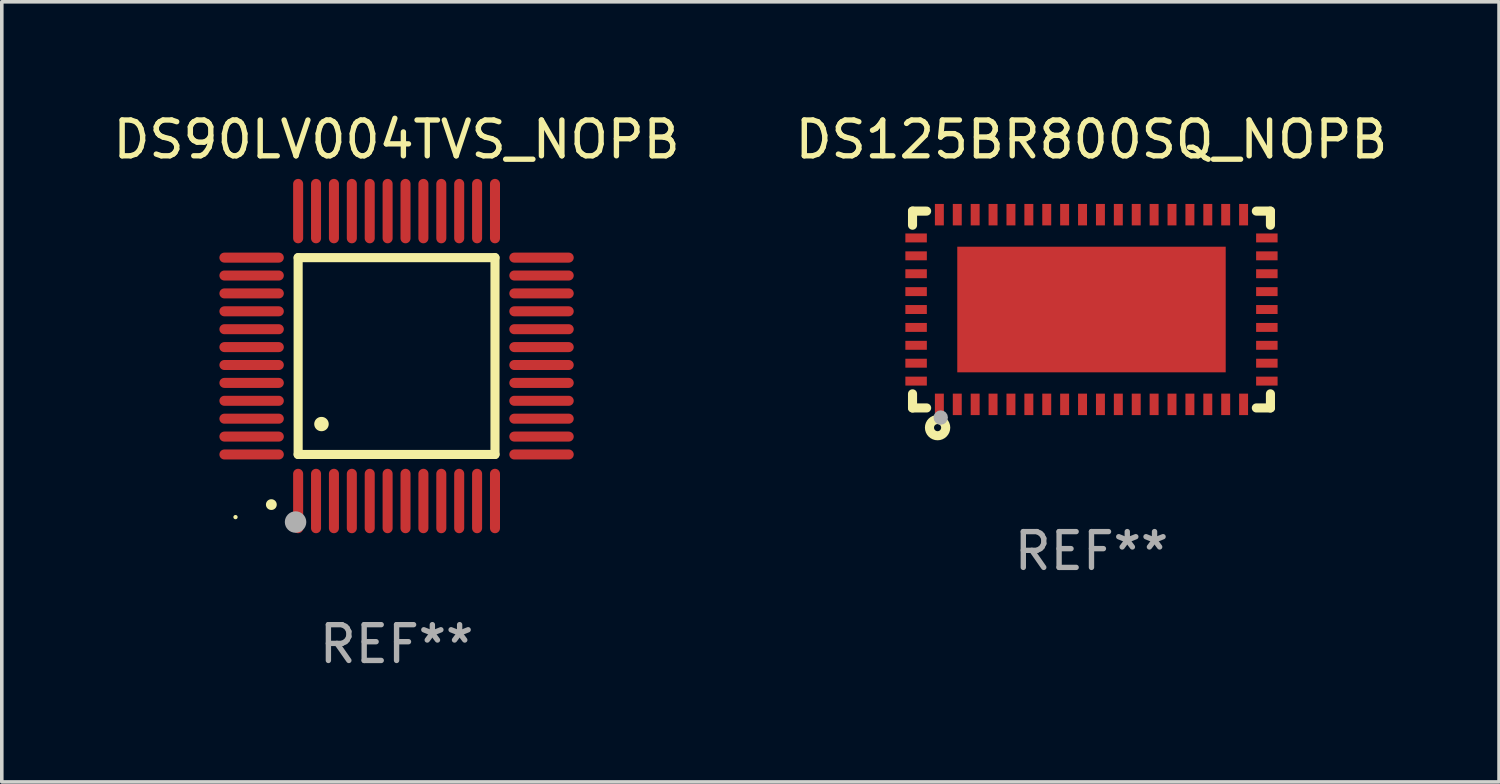
<source format=kicad_pcb>
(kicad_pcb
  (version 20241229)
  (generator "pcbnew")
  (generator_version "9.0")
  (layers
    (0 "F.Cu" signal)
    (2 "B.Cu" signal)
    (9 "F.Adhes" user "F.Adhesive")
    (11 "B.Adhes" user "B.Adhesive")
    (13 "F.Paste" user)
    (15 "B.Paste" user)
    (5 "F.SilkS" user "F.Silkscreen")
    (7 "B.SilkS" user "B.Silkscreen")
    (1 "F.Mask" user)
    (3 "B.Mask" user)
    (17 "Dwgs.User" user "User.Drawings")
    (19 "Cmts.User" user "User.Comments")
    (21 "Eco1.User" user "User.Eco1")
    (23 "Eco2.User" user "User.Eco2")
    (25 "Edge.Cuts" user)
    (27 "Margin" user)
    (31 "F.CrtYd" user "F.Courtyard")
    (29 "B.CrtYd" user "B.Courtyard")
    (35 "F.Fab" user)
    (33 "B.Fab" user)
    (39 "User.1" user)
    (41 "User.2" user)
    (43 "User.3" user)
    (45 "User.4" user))
  (footprint "DS90LV004TVS_NOPB"
    (layer "F.Cu")
    (at 8.03 6.898)
    (property "Reference" "DS90LV004TVS_NOPB" (at 0 -6.05 0) (layer "F.SilkS") (effects (font (size 1 1) (thickness 0.15))))
    (attr through_hole)
    (fp_line (start -2.75 -2.75) (end 2.75 -2.75) (stroke (width 0.254) (type solid)) (layer "F.SilkS"))
    (fp_line (start -2.75 2.75) (end -2.75 -2.75) (stroke (width 0.254) (type solid)) (layer "F.SilkS"))
    (fp_line (start 2.75 -2.75) (end 2.75 2.75) (stroke (width 0.254) (type solid)) (layer "F.SilkS"))
    (fp_line (start 2.75 2.75) (end -2.75 2.75) (stroke (width 0.254) (type solid)) (layer "F.SilkS"))
    (fp_arc (start -3.500127 4.150368) (mid -3.498857 4.150363) (end -3.497587 4.150368) (stroke (width 0.3) (type solid)) (layer "F.SilkS"))
    (fp_arc (start -2.100584 1.899924) (mid -2.098044 1.899908) (end -2.095504 1.899924) (stroke (width 0.4) (type solid)) (layer "F.SilkS"))
    (fp_circle (center -4.5 4.5) (end -4.47 4.5) (stroke (width 0.06) (type solid)) (fill no) (layer "F.SilkS"))
    (fp_circle (center -2.822 4.638) (end -2.672 4.638) (stroke (width 0.3) (type solid)) (fill no) (layer "F.Fab"))
    (fp_text user "REF**" (at 0 8.05 0) (layer "F.Fab") (effects (font (size 1 1) (thickness 0.15))))
    (pad "1" smd oval (at -2.75 4.05) (size 0.28 1.8) (layers "F.Cu" "F.Mask" "F.Paste"))
    (pad "2" smd oval (at -2.25 4.05) (size 0.28 1.8) (layers "F.Cu" "F.Mask" "F.Paste"))
    (pad "3" smd oval (at -1.75 4.05) (size 0.28 1.8) (layers "F.Cu" "F.Mask" "F.Paste"))
    (pad "4" smd oval (at -1.25 4.05) (size 0.28 1.8) (layers "F.Cu" "F.Mask" "F.Paste"))
    (pad "5" smd oval (at -0.75 4.05) (size 0.28 1.8) (layers "F.Cu" "F.Mask" "F.Paste"))
    (pad "6" smd oval (at -0.25 4.05) (size 0.28 1.8) (layers "F.Cu" "F.Mask" "F.Paste"))
    (pad "7" smd oval (at 0.25 4.05) (size 0.28 1.8) (layers "F.Cu" "F.Mask" "F.Paste"))
    (pad "8" smd oval (at 0.75 4.05) (size 0.28 1.8) (layers "F.Cu" "F.Mask" "F.Paste"))
    (pad "9" smd oval (at 1.25 4.05) (size 0.28 1.8) (layers "F.Cu" "F.Mask" "F.Paste"))
    (pad "10" smd oval (at 1.75 4.05) (size 0.28 1.8) (layers "F.Cu" "F.Mask" "F.Paste"))
    (pad "11" smd oval (at 2.25 4.05) (size 0.28 1.8) (layers "F.Cu" "F.Mask" "F.Paste"))
    (pad "12" smd oval (at 2.75 4.05) (size 0.28 1.8) (layers "F.Cu" "F.Mask" "F.Paste"))
    (pad "13" smd oval (at 4.05 2.75) (size 1.8 0.28) (layers "F.Cu" "F.Mask" "F.Paste"))
    (pad "14" smd oval (at 4.05 2.25) (size 1.8 0.28) (layers "F.Cu" "F.Mask" "F.Paste"))
    (pad "15" smd oval (at 4.05 1.75) (size 1.8 0.28) (layers "F.Cu" "F.Mask" "F.Paste"))
    (pad "16" smd oval (at 4.05 1.25) (size 1.8 0.28) (layers "F.Cu" "F.Mask" "F.Paste"))
    (pad "17" smd oval (at 4.05 0.75) (size 1.8 0.28) (layers "F.Cu" "F.Mask" "F.Paste"))
    (pad "18" smd oval (at 4.05 0.25) (size 1.8 0.28) (layers "F.Cu" "F.Mask" "F.Paste"))
    (pad "19" smd oval (at 4.05 -0.25) (size 1.8 0.28) (layers "F.Cu" "F.Mask" "F.Paste"))
    (pad "20" smd oval (at 4.05 -0.75) (size 1.8 0.28) (layers "F.Cu" "F.Mask" "F.Paste"))
    (pad "21" smd oval (at 4.05 -1.25) (size 1.8 0.28) (layers "F.Cu" "F.Mask" "F.Paste"))
    (pad "22" smd oval (at 4.05 -1.75) (size 1.8 0.28) (layers "F.Cu" "F.Mask" "F.Paste"))
    (pad "23" smd oval (at 4.05 -2.25) (size 1.8 0.28) (layers "F.Cu" "F.Mask" "F.Paste"))
    (pad "24" smd oval (at 4.05 -2.75) (size 1.8 0.28) (layers "F.Cu" "F.Mask" "F.Paste"))
    (pad "25" smd oval (at 2.75 -4.05) (size 0.28 1.8) (layers "F.Cu" "F.Mask" "F.Paste"))
    (pad "26" smd oval (at 2.25 -4.05) (size 0.28 1.8) (layers "F.Cu" "F.Mask" "F.Paste"))
    (pad "27" smd oval (at 1.75 -4.05) (size 0.28 1.8) (layers "F.Cu" "F.Mask" "F.Paste"))
    (pad "28" smd oval (at 1.25 -4.05) (size 0.28 1.8) (layers "F.Cu" "F.Mask" "F.Paste"))
    (pad "29" smd oval (at 0.75 -4.05) (size 0.28 1.8) (layers "F.Cu" "F.Mask" "F.Paste"))
    (pad "30" smd oval (at 0.25 -4.05) (size 0.28 1.8) (layers "F.Cu" "F.Mask" "F.Paste"))
    (pad "31" smd oval (at -0.25 -4.05) (size 0.28 1.8) (layers "F.Cu" "F.Mask" "F.Paste"))
    (pad "32" smd oval (at -0.75 -4.05) (size 0.28 1.8) (layers "F.Cu" "F.Mask" "F.Paste"))
    (pad "33" smd oval (at -1.25 -4.05) (size 0.28 1.8) (layers "F.Cu" "F.Mask" "F.Paste"))
    (pad "34" smd oval (at -1.75 -4.05) (size 0.28 1.8) (layers "F.Cu" "F.Mask" "F.Paste"))
    (pad "35" smd oval (at -2.25 -4.05) (size 0.28 1.8) (layers "F.Cu" "F.Mask" "F.Paste"))
    (pad "36" smd oval (at -2.75 -4.05) (size 0.28 1.8) (layers "F.Cu" "F.Mask" "F.Paste"))
    (pad "37" smd oval (at -4.05 -2.75) (size 1.8 0.28) (layers "F.Cu" "F.Mask" "F.Paste"))
    (pad "38" smd oval (at -4.05 -2.25) (size 1.8 0.28) (layers "F.Cu" "F.Mask" "F.Paste"))
    (pad "39" smd oval (at -4.05 -1.75) (size 1.8 0.28) (layers "F.Cu" "F.Mask" "F.Paste"))
    (pad "40" smd oval (at -4.05 -1.25) (size 1.8 0.28) (layers "F.Cu" "F.Mask" "F.Paste"))
    (pad "41" smd oval (at -4.05 -0.75) (size 1.8 0.28) (layers "F.Cu" "F.Mask" "F.Paste"))
    (pad "42" smd oval (at -4.05 -0.25) (size 1.8 0.28) (layers "F.Cu" "F.Mask" "F.Paste"))
    (pad "43" smd oval (at -4.05 0.25) (size 1.8 0.28) (layers "F.Cu" "F.Mask" "F.Paste"))
    (pad "44" smd oval (at -4.05 0.75) (size 1.8 0.28) (layers "F.Cu" "F.Mask" "F.Paste"))
    (pad "45" smd oval (at -4.05 1.25) (size 1.8 0.28) (layers "F.Cu" "F.Mask" "F.Paste"))
    (pad "46" smd oval (at -4.05 1.75) (size 1.8 0.28) (layers "F.Cu" "F.Mask" "F.Paste"))
    (pad "47" smd oval (at -4.05 2.25) (size 1.8 0.28) (layers "F.Cu" "F.Mask" "F.Paste"))
    (pad "48" smd oval (at -4.05 2.75) (size 1.8 0.28) (layers "F.Cu" "F.Mask" "F.Paste")))
  (footprint "DS125BR800SQ_NOPB"
    (layer "F.Cu")
    (at 27.446 5.598)
    (property "Reference" "DS125BR800SQ_NOPB" (at 0 -4.75 0) (layer "F.SilkS") (effects (font (size 1 1) (thickness 0.15))))
    (attr through_hole)
    (fp_line (start -5 -2.75) (end -4.606 -2.75) (stroke (width 0.254) (type solid)) (layer "F.SilkS"))
    (fp_line (start -5 -2.356) (end -5 -2.75) (stroke (width 0.254) (type solid)) (layer "F.SilkS"))
    (fp_line (start -5 2.75) (end -5 2.356) (stroke (width 0.254) (type solid)) (layer "F.SilkS"))
    (fp_line (start -4.606 2.75) (end -5 2.75) (stroke (width 0.254) (type solid)) (layer "F.SilkS"))
    (fp_line (start 4.606 -2.75) (end 5 -2.75) (stroke (width 0.254) (type solid)) (layer "F.SilkS"))
    (fp_line (start 5 -2.75) (end 5 -2.356) (stroke (width 0.254) (type solid)) (layer "F.SilkS"))
    (fp_line (start 5 2.356) (end 5 2.75) (stroke (width 0.254) (type solid)) (layer "F.SilkS"))
    (fp_line (start 5 2.75) (end 4.606 2.75) (stroke (width 0.254) (type solid)) (layer "F.SilkS"))
    (fp_circle (center -5 2.75) (end -4.97 2.75) (stroke (width 0.06) (type solid)) (fill no) (layer "F.SilkS"))
    (fp_circle (center -4.3 3.3) (end -4.2 3.3) (stroke (width 0.254) (type solid)) (fill no) (layer "F.SilkS"))
    (fp_circle (center -4.212 3.018) (end -4.111 3.018) (stroke (width 0.2) (type solid)) (fill no) (layer "F.Fab"))
    (fp_text user "REF**" (at 0 6.75 0) (layer "F.Fab") (effects (font (size 1 1) (thickness 0.15))))
    (pad "1" smd rect (at -4.25 2.65 270) (size 0.6 0.25) (layers "F.Cu" "F.Mask" "F.Paste"))
    (pad "2" smd rect (at -3.75 2.65 270) (size 0.6 0.25) (layers "F.Cu" "F.Mask" "F.Paste"))
    (pad "3" smd rect (at -3.25 2.65 270) (size 0.6 0.25) (layers "F.Cu" "F.Mask" "F.Paste"))
    (pad "4" smd rect (at -2.75 2.65 270) (size 0.6 0.25) (layers "F.Cu" "F.Mask" "F.Paste"))
    (pad "5" smd rect (at -2.25 2.65 270) (size 0.6 0.25) (layers "F.Cu" "F.Mask" "F.Paste"))
    (pad "6" smd rect (at -1.75 2.65 270) (size 0.6 0.25) (layers "F.Cu" "F.Mask" "F.Paste"))
    (pad "7" smd rect (at -1.25 2.65 270) (size 0.6 0.25) (layers "F.Cu" "F.Mask" "F.Paste"))
    (pad "8" smd rect (at -0.75 2.65 270) (size 0.6 0.25) (layers "F.Cu" "F.Mask" "F.Paste"))
    (pad "9" smd rect (at -0.25 2.65 270) (size 0.6 0.25) (layers "F.Cu" "F.Mask" "F.Paste"))
    (pad "10" smd rect (at 0.25 2.65 270) (size 0.6 0.25) (layers "F.Cu" "F.Mask" "F.Paste"))
    (pad "11" smd rect (at 0.75 2.65 270) (size 0.6 0.25) (layers "F.Cu" "F.Mask" "F.Paste"))
    (pad "12" smd rect (at 1.25 2.65 270) (size 0.6 0.25) (layers "F.Cu" "F.Mask" "F.Paste"))
    (pad "13" smd rect (at 1.75 2.65 270) (size 0.6 0.25) (layers "F.Cu" "F.Mask" "F.Paste"))
    (pad "14" smd rect (at 2.25 2.65 270) (size 0.6 0.25) (layers "F.Cu" "F.Mask" "F.Paste"))
    (pad "15" smd rect (at 2.75 2.65 270) (size 0.6 0.25) (layers "F.Cu" "F.Mask" "F.Paste"))
    (pad "16" smd rect (at 3.25 2.65 270) (size 0.6 0.25) (layers "F.Cu" "F.Mask" "F.Paste"))
    (pad "17" smd rect (at 3.75 2.65 270) (size 0.6 0.25) (layers "F.Cu" "F.Mask" "F.Paste"))
    (pad "18" smd rect (at 4.25 2.65 270) (size 0.6 0.25) (layers "F.Cu" "F.Mask" "F.Paste"))
    (pad "19" smd rect (at 4.9 2 270) (size 0.25 0.6) (layers "F.Cu" "F.Mask" "F.Paste"))
    (pad "20" smd rect (at 4.9 1.5 270) (size 0.25 0.6) (layers "F.Cu" "F.Mask" "F.Paste"))
    (pad "21" smd rect (at 4.9 1 270) (size 0.25 0.6) (layers "F.Cu" "F.Mask" "F.Paste"))
    (pad "22" smd rect (at 4.9 0.5 270) (size 0.25 0.6) (layers "F.Cu" "F.Mask" "F.Paste"))
    (pad "23" smd rect (at 4.9 -0.000076 270) (size 0.25 0.6) (layers "F.Cu" "F.Mask" "F.Paste"))
    (pad "24" smd rect (at 4.9 -0.5 270) (size 0.25 0.6) (layers "F.Cu" "F.Mask" "F.Paste"))
    (pad "25" smd rect (at 4.9 -1 270) (size 0.25 0.6) (layers "F.Cu" "F.Mask" "F.Paste"))
    (pad "26" smd rect (at 4.9 -1.5 270) (size 0.25 0.6) (layers "F.Cu" "F.Mask" "F.Paste"))
    (pad "27" smd rect (at 4.9 -2 270) (size 0.25 0.6) (layers "F.Cu" "F.Mask" "F.Paste"))
    (pad "28" smd rect (at 4.25 -2.65 270) (size 0.6 0.25) (layers "F.Cu" "F.Mask" "F.Paste"))
    (pad "29" smd rect (at 3.75 -2.65 270) (size 0.6 0.25) (layers "F.Cu" "F.Mask" "F.Paste"))
    (pad "30" smd rect (at 3.25 -2.65 270) (size 0.6 0.25) (layers "F.Cu" "F.Mask" "F.Paste"))
    (pad "31" smd rect (at 2.75 -2.65 270) (size 0.6 0.25) (layers "F.Cu" "F.Mask" "F.Paste"))
    (pad "32" smd rect (at 2.25 -2.65 270) (size 0.6 0.25) (layers "F.Cu" "F.Mask" "F.Paste"))
    (pad "33" smd rect (at 1.75 -2.65 270) (size 0.6 0.25) (layers "F.Cu" "F.Mask" "F.Paste"))
    (pad "34" smd rect (at 1.25 -2.65 270) (size 0.6 0.25) (layers "F.Cu" "F.Mask" "F.Paste"))
    (pad "35" smd rect (at 0.75 -2.65 270) (size 0.6 0.25) (layers "F.Cu" "F.Mask" "F.Paste"))
    (pad "36" smd rect (at 0.25 -2.65 270) (size 0.6 0.25) (layers "F.Cu" "F.Mask" "F.Paste"))
    (pad "37" smd rect (at -0.25 -2.65 270) (size 0.6 0.25) (layers "F.Cu" "F.Mask" "F.Paste"))
    (pad "38" smd rect (at -0.75 -2.65 270) (size 0.6 0.25) (layers "F.Cu" "F.Mask" "F.Paste"))
    (pad "39" smd rect (at -1.25 -2.65 270) (size 0.6 0.25) (layers "F.Cu" "F.Mask" "F.Paste"))
    (pad "40" smd rect (at -1.75 -2.65 270) (size 0.6 0.25) (layers "F.Cu" "F.Mask" "F.Paste"))
    (pad "41" smd rect (at -2.25 -2.65 270) (size 0.6 0.25) (layers "F.Cu" "F.Mask" "F.Paste"))
    (pad "42" smd rect (at -2.75 -2.65 270) (size 0.6 0.25) (layers "F.Cu" "F.Mask" "F.Paste"))
    (pad "43" smd rect (at -3.25 -2.65 270) (size 0.6 0.25) (layers "F.Cu" "F.Mask" "F.Paste"))
    (pad "44" smd rect (at -3.75 -2.65 270) (size 0.6 0.25) (layers "F.Cu" "F.Mask" "F.Paste"))
    (pad "45" smd rect (at -4.25 -2.65 270) (size 0.6 0.25) (layers "F.Cu" "F.Mask" "F.Paste"))
    (pad "46" smd rect (at -4.9 -2 270) (size 0.25 0.6) (layers "F.Cu" "F.Mask" "F.Paste"))
    (pad "47" smd rect (at -4.9 -1.5 270) (size 0.25 0.6) (layers "F.Cu" "F.Mask" "F.Paste"))
    (pad "48" smd rect (at -4.9 -1 270) (size 0.25 0.6) (layers "F.Cu" "F.Mask" "F.Paste"))
    (pad "49" smd rect (at -4.9 -0.5 270) (size 0.25 0.6) (layers "F.Cu" "F.Mask" "F.Paste"))
    (pad "50" smd rect (at -4.9 -0.000076 270) (size 0.25 0.6) (layers "F.Cu" "F.Mask" "F.Paste"))
    (pad "51" smd rect (at -4.9 0.5 270) (size 0.25 0.6) (layers "F.Cu" "F.Mask" "F.Paste"))
    (pad "52" smd rect (at -4.9 1 270) (size 0.25 0.6) (layers "F.Cu" "F.Mask" "F.Paste"))
    (pad "53" smd rect (at -4.9 1.5 270) (size 0.25 0.6) (layers "F.Cu" "F.Mask" "F.Paste"))
    (pad "54" smd rect (at -4.9 2 270) (size 0.25 0.6) (layers "F.Cu" "F.Mask" "F.Paste"))
    (pad "55" smd rect (at 0.000064 -0.000076 270) (size 3.51 7.5) (layers "F.Cu" "F.Mask" "F.Paste")))
  (gr_rect
    (start -3 -3)
    (end 38.833 18.797)
    (stroke (width 0.1) (type default))
    (fill no)
    (layer "Edge.Cuts")))
</source>
